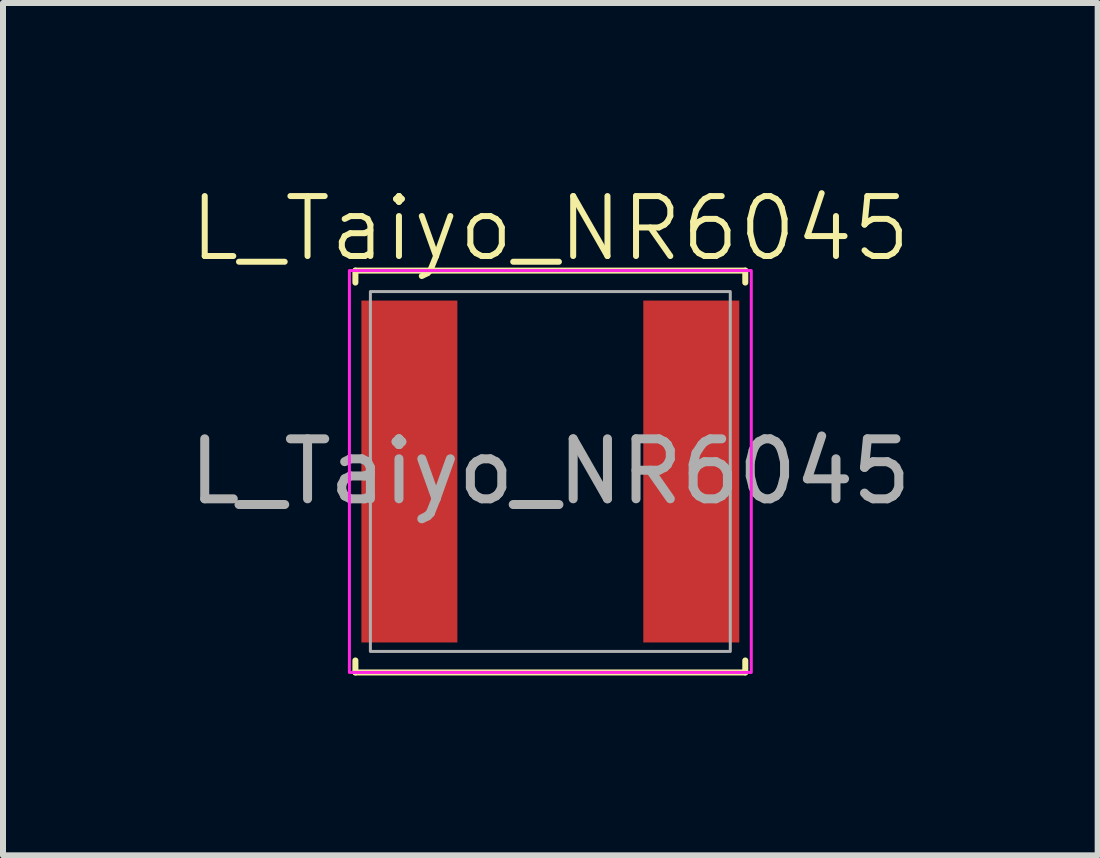
<source format=kicad_pcb>
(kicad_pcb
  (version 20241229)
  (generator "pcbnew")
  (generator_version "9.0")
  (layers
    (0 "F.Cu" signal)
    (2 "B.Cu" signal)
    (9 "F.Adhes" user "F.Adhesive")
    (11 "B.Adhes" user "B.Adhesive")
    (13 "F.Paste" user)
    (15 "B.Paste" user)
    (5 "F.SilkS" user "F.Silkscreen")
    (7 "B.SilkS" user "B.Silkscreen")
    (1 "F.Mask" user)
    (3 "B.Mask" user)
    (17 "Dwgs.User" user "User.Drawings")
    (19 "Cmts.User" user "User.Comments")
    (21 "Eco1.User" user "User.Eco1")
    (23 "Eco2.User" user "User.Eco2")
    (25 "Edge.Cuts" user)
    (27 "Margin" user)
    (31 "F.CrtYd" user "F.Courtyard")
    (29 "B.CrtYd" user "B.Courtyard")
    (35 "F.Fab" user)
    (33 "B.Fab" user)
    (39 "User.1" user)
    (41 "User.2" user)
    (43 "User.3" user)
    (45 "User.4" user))
  (footprint "L_Taiyo_NR6045"
    (layer "F.Cu")
    (at 6.125 4.811)
    (property "Reference" "L_Taiyo_NR6045" (at 0 -4.05 0) (unlocked yes) (layer "F.SilkS") (effects (font (size 1 1) (thickness 0.1))))
    (attr smd)
    (fp_line (start -3.25 -3.35) (end 3.25 -3.35) (stroke (width 0.1) (type default)) (layer "F.SilkS"))
    (fp_line (start -3.25 -3.15) (end -3.25 -3.35) (stroke (width 0.1) (type default)) (layer "F.SilkS"))
    (fp_line (start -3.25 3.35) (end -3.25 3.15) (stroke (width 0.1) (type default)) (layer "F.SilkS"))
    (fp_line (start 3.25 -3.35) (end 3.25 -3.15) (stroke (width 0.1) (type default)) (layer "F.SilkS"))
    (fp_line (start 3.25 3.15) (end 3.25 3.35) (stroke (width 0.1) (type default)) (layer "F.SilkS"))
    (fp_line (start 3.25 3.35) (end -3.25 3.35) (stroke (width 0.1) (type default)) (layer "F.SilkS"))
    (fp_rect (start -3.35 -3.35) (end 3.35 3.35) (stroke (width 0.05) (type default)) (fill no) (layer "F.CrtYd"))
    (fp_rect (start -3 -3) (end 3 3) (stroke (width 0.05) (type default)) (fill no) (layer "F.Fab"))
    (fp_text user "${REFERENCE}" (at 0 0 0) (unlocked yes) (layer "F.Fab") (effects (font (size 1 1) (thickness 0.15))))
    (pad "1" smd rect (at -2.35 0) (size 1.6 5.7) (layers "F.Cu" "F.Mask" "F.Paste"))
    (pad "2" smd rect (at 2.35 0) (size 1.6 5.7) (layers "F.Cu" "F.Mask" "F.Paste")))
  (gr_rect
    (start -3 -3)
    (end 15.25 11.21)
    (stroke (width 0.1) (type default))
    (fill no)
    (layer "Edge.Cuts")))
</source>
